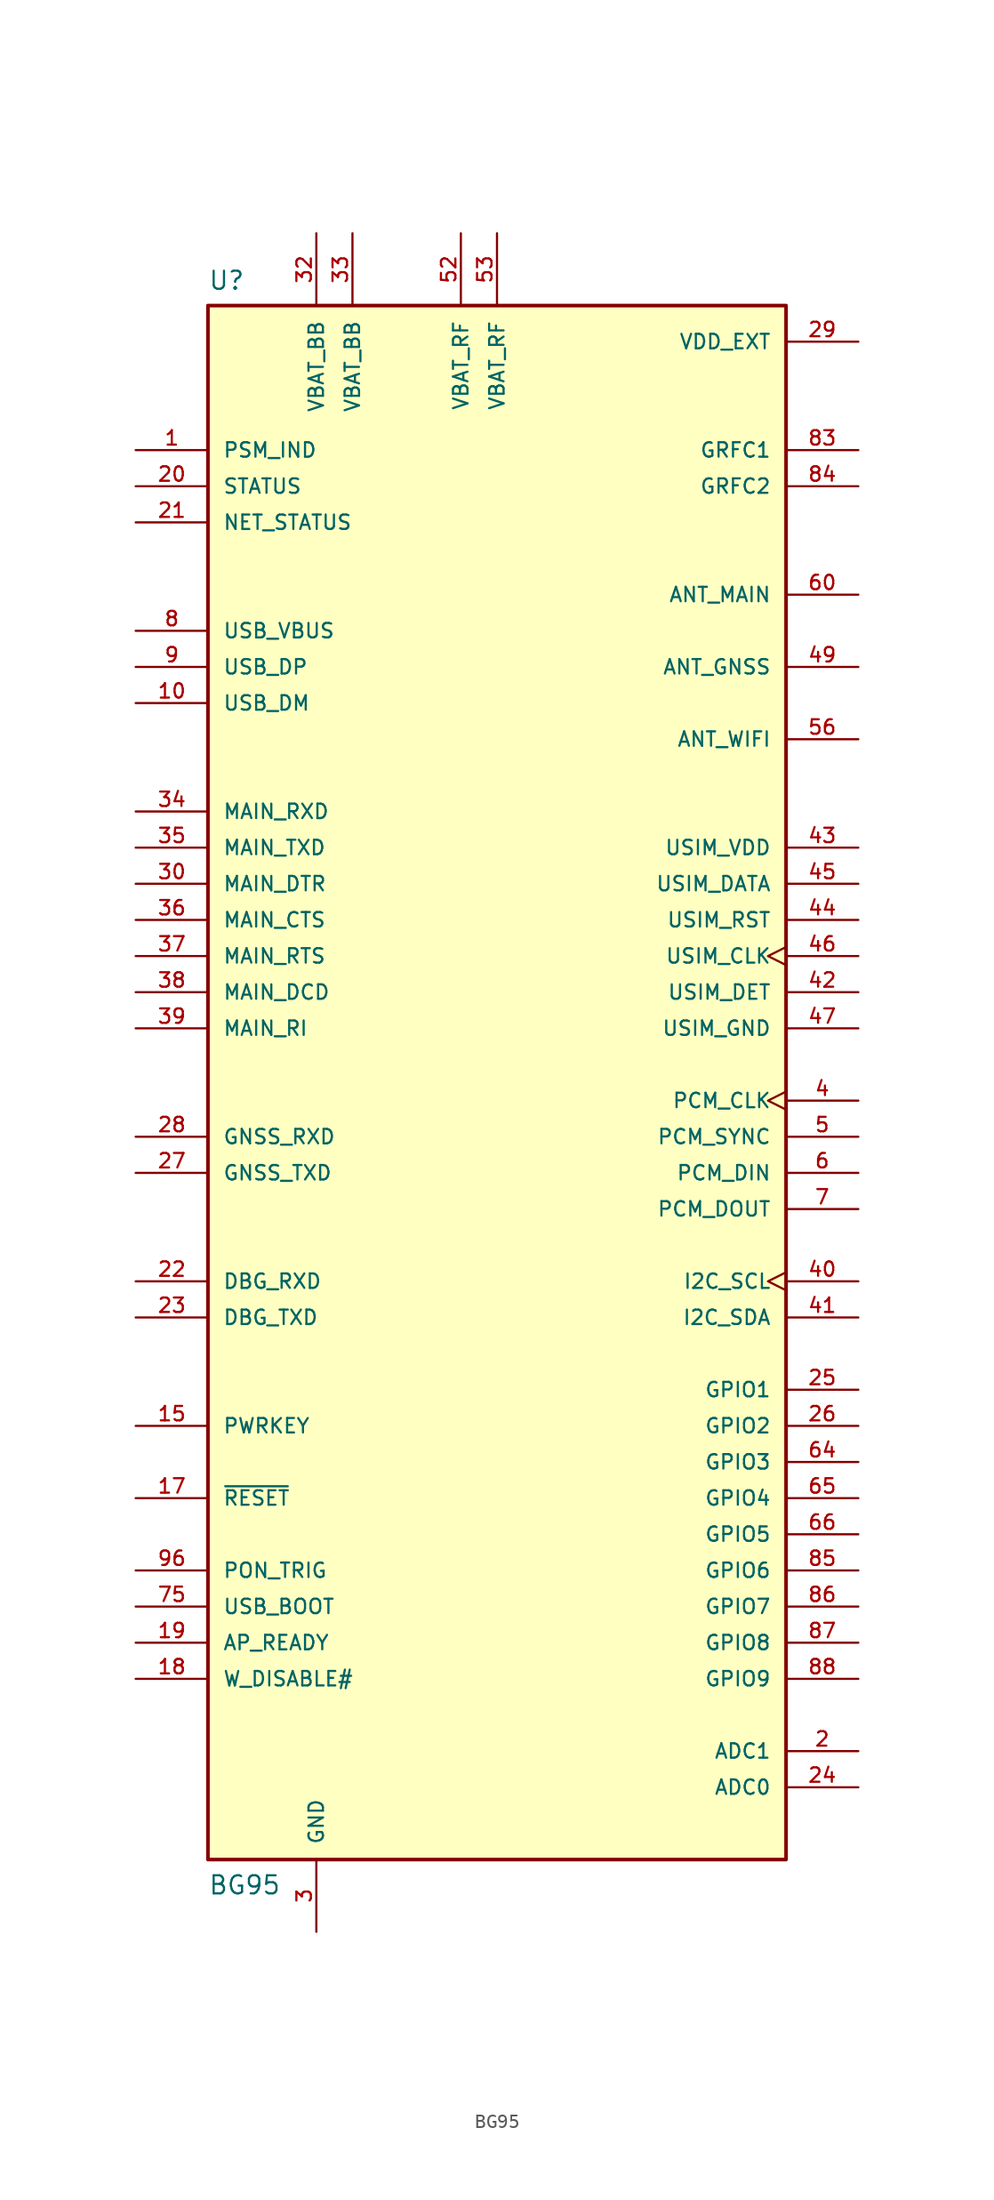
<source format=kicad_sym>
(kicad_symbol_lib
  (version 20220914)
  (generator kicad_symbol_editor)
  (symbol "BG95"
    (pin_names
      (offset 1.016))
    (property "Reference" "U"
      (at -20.32 54.356 0)
      (effects (font (size 1.27 1.27)) (justify left bottom)))
    (property "Value" "BG95"
      (at -20.32 -58.42 0)
      (effects (font (size 1.27 1.27)) (justify left bottom)))
    (symbol "BG95_0_0"
      (rectangle (start -20.32 -55.88) (end 20.32 53.34) (stroke (width 0.254) (type default)) (fill (type background)))
      (pin output line (at -25.4 43.18 0) (length 5.08) (name "PSM_IND" (effects (font (size 1.016 1.016)))) (number "1" (effects (font (size 1.016 1.016)))))
      (pin bidirectional line (at -25.4 25.4 0) (length 5.08) (name "USB_DM" (effects (font (size 1.016 1.016)))) (number "10" (effects (font (size 1.016 1.016)))))
      (pin power_in line (at -12.7 -60.96 90) (length 5.08) hide (name "GND" (effects (font (size 1.016 1.016)))) (number "100" (effects (font (size 1.016 1.016)))))
      (pin power_in line (at -12.7 -60.96 90) (length 5.08) hide (name "GND" (effects (font (size 1.016 1.016)))) (number "101" (effects (font (size 1.016 1.016)))))
      (pin power_in line (at -12.7 -60.96 90) (length 5.08) hide (name "GND" (effects (font (size 1.016 1.016)))) (number "102" (effects (font (size 1.016 1.016)))))
      (pin no_connect line (at -7.62 -54.61 270) (length 5.08) hide (name "RESERVED" (effects (font (size 1.016 1.016)))) (number "11" (effects (font (size 1.016 1.016)))))
      (pin no_connect line (at 13.97 -54.61 270) (length 5.08) hide (name "RESERVED" (effects (font (size 1.016 1.016)))) (number "12" (effects (font (size 1.016 1.016)))))
      (pin no_connect line (at 12.7 -54.61 270) (length 5.08) hide (name "RESERVED" (effects (font (size 1.016 1.016)))) (number "13" (effects (font (size 1.016 1.016)))))
      (pin no_connect line (at 11.43 -54.61 270) (length 5.08) hide (name "RESERVED" (effects (font (size 1.016 1.016)))) (number "14" (effects (font (size 1.016 1.016)))))
      (pin input line (at -25.4 -25.4 0) (length 5.08) (name "PWRKEY" (effects (font (size 1.016 1.016)))) (number "15" (effects (font (size 1.016 1.016)))))
      (pin no_connect line (at 10.16 -54.61 270) (length 5.08) hide (name "RESERVED" (effects (font (size 1.016 1.016)))) (number "16" (effects (font (size 1.016 1.016)))))
      (pin input line (at -25.4 -30.48 0) (length 5.08) (name "~{RESET}" (effects (font (size 1.016 1.016)))) (number "17" (effects (font (size 1.016 1.016)))))
      (pin input line (at -25.4 -43.18 0) (length 5.08) (name "W_DISABLE#" (effects (font (size 1.016 1.016)))) (number "18" (effects (font (size 1.016 1.016)))))
      (pin input line (at -25.4 -40.64 0) (length 5.08) (name "AP_READY" (effects (font (size 1.016 1.016)))) (number "19" (effects (font (size 1.016 1.016)))))
      (pin passive line (at 25.4 -48.26 180) (length 5.08) (name "ADC1" (effects (font (size 1.016 1.016)))) (number "2" (effects (font (size 1.016 1.016)))))
      (pin output line (at -25.4 40.64 0) (length 5.08) (name "STATUS" (effects (font (size 1.016 1.016)))) (number "20" (effects (font (size 1.016 1.016)))))
      (pin output line (at -25.4 38.1 0) (length 5.08) (name "NET_STATUS" (effects (font (size 1.016 1.016)))) (number "21" (effects (font (size 1.016 1.016)))))
      (pin input line (at -25.4 -15.24 0) (length 5.08) (name "DBG_RXD" (effects (font (size 1.016 1.016)))) (number "22" (effects (font (size 1.016 1.016)))))
      (pin output line (at -25.4 -17.78 0) (length 5.08) (name "DBG_TXD" (effects (font (size 1.016 1.016)))) (number "23" (effects (font (size 1.016 1.016)))))
      (pin passive line (at 25.4 -50.8 180) (length 5.08) (name "ADC0" (effects (font (size 1.016 1.016)))) (number "24" (effects (font (size 1.016 1.016)))))
      (pin bidirectional line (at 25.4 -22.86 180) (length 5.08) (name "GPIO1" (effects (font (size 1.016 1.016)))) (number "25" (effects (font (size 1.016 1.016)))))
      (pin bidirectional line (at 25.4 -25.4 180) (length 5.08) (name "GPIO2" (effects (font (size 1.016 1.016)))) (number "26" (effects (font (size 1.016 1.016)))))
      (pin output line (at -25.4 -7.62 0) (length 5.08) (name "GNSS_TXD" (effects (font (size 1.016 1.016)))) (number "27" (effects (font (size 1.016 1.016)))))
      (pin input line (at -25.4 -5.08 0) (length 5.08) (name "GNSS_RXD" (effects (font (size 1.016 1.016)))) (number "28" (effects (font (size 1.016 1.016)))))
      (pin power_out line (at 25.4 50.8 180) (length 5.08) (name "VDD_EXT" (effects (font (size 1.016 1.016)))) (number "29" (effects (font (size 1.016 1.016)))))
      (pin power_in line (at -12.7 -60.96 90) (length 5.08) (name "GND" (effects (font (size 1.016 1.016)))) (number "3" (effects (font (size 1.016 1.016)))))
      (pin input line (at -25.4 12.7 0) (length 5.08) (name "MAIN_DTR" (effects (font (size 1.016 1.016)))) (number "30" (effects (font (size 1.016 1.016)))))
      (pin power_in line (at -12.7 -60.96 90) (length 5.08) hide (name "GND" (effects (font (size 1.016 1.016)))) (number "31" (effects (font (size 1.016 1.016)))))
      (pin power_in line (at -12.7 58.42 270) (length 5.08) (name "VBAT_BB" (effects (font (size 1.016 1.016)))) (number "32" (effects (font (size 1.016 1.016)))))
      (pin power_in line (at -10.16 58.42 270) (length 5.08) (name "VBAT_BB" (effects (font (size 1.016 1.016)))) (number "33" (effects (font (size 1.016 1.016)))))
      (pin input line (at -25.4 17.78 0) (length 5.08) (name "MAIN_RXD" (effects (font (size 1.016 1.016)))) (number "34" (effects (font (size 1.016 1.016)))))
      (pin output line (at -25.4 15.24 0) (length 5.08) (name "MAIN_TXD" (effects (font (size 1.016 1.016)))) (number "35" (effects (font (size 1.016 1.016)))))
      (pin output line (at -25.4 10.16 0) (length 5.08) (name "MAIN_CTS" (effects (font (size 1.016 1.016)))) (number "36" (effects (font (size 1.016 1.016)))))
      (pin input line (at -25.4 7.62 0) (length 5.08) (name "MAIN_RTS" (effects (font (size 1.016 1.016)))) (number "37" (effects (font (size 1.016 1.016)))))
      (pin output line (at -25.4 5.08 0) (length 5.08) (name "MAIN_DCD" (effects (font (size 1.016 1.016)))) (number "38" (effects (font (size 1.016 1.016)))))
      (pin output line (at -25.4 2.54 0) (length 5.08) (name "MAIN_RI" (effects (font (size 1.016 1.016)))) (number "39" (effects (font (size 1.016 1.016)))))
      (pin output clock (at 25.4 -2.54 180) (length 5.08) (name "PCM_CLK" (effects (font (size 1.016 1.016)))) (number "4" (effects (font (size 1.016 1.016)))))
      (pin output clock (at 25.4 -15.24 180) (length 5.08) (name "I2C_SCL" (effects (font (size 1.016 1.016)))) (number "40" (effects (font (size 1.016 1.016)))))
      (pin bidirectional line (at 25.4 -17.78 180) (length 5.08) (name "I2C_SDA" (effects (font (size 1.016 1.016)))) (number "41" (effects (font (size 1.016 1.016)))))
      (pin input line (at 25.4 5.08 180) (length 5.08) (name "USIM_DET" (effects (font (size 1.016 1.016)))) (number "42" (effects (font (size 1.016 1.016)))))
      (pin power_out line (at 25.4 15.24 180) (length 5.08) (name "USIM_VDD" (effects (font (size 1.016 1.016)))) (number "43" (effects (font (size 1.016 1.016)))))
      (pin output line (at 25.4 10.16 180) (length 5.08) (name "USIM_RST" (effects (font (size 1.016 1.016)))) (number "44" (effects (font (size 1.016 1.016)))))
      (pin bidirectional line (at 25.4 12.7 180) (length 5.08) (name "USIM_DATA" (effects (font (size 1.016 1.016)))) (number "45" (effects (font (size 1.016 1.016)))))
      (pin output clock (at 25.4 7.62 180) (length 5.08) (name "USIM_CLK" (effects (font (size 1.016 1.016)))) (number "46" (effects (font (size 1.016 1.016)))))
      (pin power_in line (at 25.4 2.54 180) (length 5.08) (name "USIM_GND" (effects (font (size 1.016 1.016)))) (number "47" (effects (font (size 1.016 1.016)))))
      (pin power_in line (at -12.7 -60.96 90) (length 5.08) hide (name "GND" (effects (font (size 1.016 1.016)))) (number "48" (effects (font (size 1.016 1.016)))))
      (pin passive line (at 25.4 27.94 180) (length 5.08) (name "ANT_GNSS" (effects (font (size 1.016 1.016)))) (number "49" (effects (font (size 1.016 1.016)))))
      (pin output line (at 25.4 -5.08 180) (length 5.08) (name "PCM_SYNC" (effects (font (size 1.016 1.016)))) (number "5" (effects (font (size 1.016 1.016)))))
      (pin power_in line (at -12.7 -60.96 90) (length 5.08) hide (name "GND" (effects (font (size 1.016 1.016)))) (number "50" (effects (font (size 1.016 1.016)))))
      (pin no_connect line (at 8.89 -54.61 270) (length 5.08) hide (name "RESERVED" (effects (font (size 1.016 1.016)))) (number "51" (effects (font (size 1.016 1.016)))))
      (pin power_in line (at -2.54 58.42 270) (length 5.08) (name "VBAT_RF" (effects (font (size 1.016 1.016)))) (number "52" (effects (font (size 1.016 1.016)))))
      (pin power_in line (at 0 58.42 270) (length 5.08) (name "VBAT_RF" (effects (font (size 1.016 1.016)))) (number "53" (effects (font (size 1.016 1.016)))))
      (pin power_in line (at -12.7 -60.96 90) (length 5.08) hide (name "GND" (effects (font (size 1.016 1.016)))) (number "54" (effects (font (size 1.016 1.016)))))
      (pin power_in line (at -12.7 -60.96 90) (length 5.08) hide (name "GND" (effects (font (size 1.016 1.016)))) (number "55" (effects (font (size 1.016 1.016)))))
      (pin passive line (at 25.4 22.86 180) (length 5.08) (name "ANT_WIFI" (effects (font (size 1.016 1.016)))) (number "56" (effects (font (size 1.016 1.016)))))
      (pin no_connect line (at 7.62 -54.61 270) (length 5.08) hide (name "RESERVED" (effects (font (size 1.016 1.016)))) (number "57" (effects (font (size 1.016 1.016)))))
      (pin power_in line (at -12.7 -60.96 90) (length 5.08) hide (name "GND" (effects (font (size 1.016 1.016)))) (number "58" (effects (font (size 1.016 1.016)))))
      (pin power_in line (at -12.7 -60.96 90) (length 5.08) hide (name "GND" (effects (font (size 1.016 1.016)))) (number "59" (effects (font (size 1.016 1.016)))))
      (pin input line (at 25.4 -7.62 180) (length 5.08) (name "PCM_DIN" (effects (font (size 1.016 1.016)))) (number "6" (effects (font (size 1.016 1.016)))))
      (pin passive line (at 25.4 33.02 180) (length 5.08) (name "ANT_MAIN" (effects (font (size 1.016 1.016)))) (number "60" (effects (font (size 1.016 1.016)))))
      (pin power_in line (at -12.7 -60.96 90) (length 5.08) hide (name "GND" (effects (font (size 1.016 1.016)))) (number "61" (effects (font (size 1.016 1.016)))))
      (pin power_in line (at -12.7 -60.96 90) (length 5.08) hide (name "GND" (effects (font (size 1.016 1.016)))) (number "62" (effects (font (size 1.016 1.016)))))
      (pin no_connect line (at 6.35 -54.61 270) (length 5.08) hide (name "RESERVED" (effects (font (size 1.016 1.016)))) (number "63" (effects (font (size 1.016 1.016)))))
      (pin bidirectional line (at 25.4 -27.94 180) (length 5.08) (name "GPIO3" (effects (font (size 1.016 1.016)))) (number "64" (effects (font (size 1.016 1.016)))))
      (pin bidirectional line (at 25.4 -30.48 180) (length 5.08) (name "GPIO4" (effects (font (size 1.016 1.016)))) (number "65" (effects (font (size 1.016 1.016)))))
      (pin bidirectional line (at 25.4 -33.02 180) (length 5.08) (name "GPIO5" (effects (font (size 1.016 1.016)))) (number "66" (effects (font (size 1.016 1.016)))))
      (pin power_in line (at -12.7 -60.96 90) (length 5.08) hide (name "GND" (effects (font (size 1.016 1.016)))) (number "67" (effects (font (size 1.016 1.016)))))
      (pin power_in line (at -12.7 -60.96 90) (length 5.08) hide (name "GND" (effects (font (size 1.016 1.016)))) (number "68" (effects (font (size 1.016 1.016)))))
      (pin power_in line (at -12.7 -60.96 90) (length 5.08) hide (name "GND" (effects (font (size 1.016 1.016)))) (number "69" (effects (font (size 1.016 1.016)))))
      (pin output line (at 25.4 -10.16 180) (length 5.08) (name "PCM_DOUT" (effects (font (size 1.016 1.016)))) (number "7" (effects (font (size 1.016 1.016)))))
      (pin power_in line (at -12.7 -60.96 90) (length 5.08) hide (name "GND" (effects (font (size 1.016 1.016)))) (number "70" (effects (font (size 1.016 1.016)))))
      (pin power_in line (at -12.7 -60.96 90) (length 5.08) hide (name "GND" (effects (font (size 1.016 1.016)))) (number "71" (effects (font (size 1.016 1.016)))))
      (pin power_in line (at -12.7 -60.96 90) (length 5.08) hide (name "GND" (effects (font (size 1.016 1.016)))) (number "72" (effects (font (size 1.016 1.016)))))
      (pin power_in line (at -12.7 -60.96 90) (length 5.08) hide (name "GND" (effects (font (size 1.016 1.016)))) (number "73" (effects (font (size 1.016 1.016)))))
      (pin power_in line (at -12.7 -60.96 90) (length 5.08) hide (name "GND" (effects (font (size 1.016 1.016)))) (number "74" (effects (font (size 1.016 1.016)))))
      (pin input line (at -25.4 -38.1 0) (length 5.08) (name "USB_BOOT" (effects (font (size 1.016 1.016)))) (number "75" (effects (font (size 1.016 1.016)))))
      (pin no_connect line (at 5.08 -54.61 270) (length 5.08) hide (name "RESERVED" (effects (font (size 1.016 1.016)))) (number "76" (effects (font (size 1.016 1.016)))))
      (pin no_connect line (at 3.81 -54.61 270) (length 5.08) hide (name "RESERVED" (effects (font (size 1.016 1.016)))) (number "77" (effects (font (size 1.016 1.016)))))
      (pin no_connect line (at 2.54 -54.61 270) (length 5.08) hide (name "RESERVED" (effects (font (size 1.016 1.016)))) (number "78" (effects (font (size 1.016 1.016)))))
      (pin power_in line (at -12.7 -60.96 90) (length 5.08) hide (name "GND" (effects (font (size 1.016 1.016)))) (number "79" (effects (font (size 1.016 1.016)))))
      (pin input line (at -25.4 30.48 0) (length 5.08) (name "USB_VBUS" (effects (font (size 1.016 1.016)))) (number "8" (effects (font (size 1.016 1.016)))))
      (pin power_in line (at -12.7 -60.96 90) (length 5.08) hide (name "GND" (effects (font (size 1.016 1.016)))) (number "80" (effects (font (size 1.016 1.016)))))
      (pin power_in line (at -12.7 -60.96 90) (length 5.08) hide (name "GND" (effects (font (size 1.016 1.016)))) (number "81" (effects (font (size 1.016 1.016)))))
      (pin power_in line (at -12.7 -60.96 90) (length 5.08) hide (name "GND" (effects (font (size 1.016 1.016)))) (number "82" (effects (font (size 1.016 1.016)))))
      (pin output line (at 25.4 43.18 180) (length 5.08) (name "GRFC1" (effects (font (size 1.016 1.016)))) (number "83" (effects (font (size 1.016 1.016)))))
      (pin output line (at 25.4 40.64 180) (length 5.08) (name "GRFC2" (effects (font (size 1.016 1.016)))) (number "84" (effects (font (size 1.016 1.016)))))
      (pin bidirectional line (at 25.4 -35.56 180) (length 5.08) (name "GPIO6" (effects (font (size 1.016 1.016)))) (number "85" (effects (font (size 1.016 1.016)))))
      (pin bidirectional line (at 25.4 -38.1 180) (length 5.08) (name "GPIO7" (effects (font (size 1.016 1.016)))) (number "86" (effects (font (size 1.016 1.016)))))
      (pin bidirectional line (at 25.4 -40.64 180) (length 5.08) (name "GPIO8" (effects (font (size 1.016 1.016)))) (number "87" (effects (font (size 1.016 1.016)))))
      (pin bidirectional line (at 25.4 -43.18 180) (length 5.08) (name "GPIO9" (effects (font (size 1.016 1.016)))) (number "88" (effects (font (size 1.016 1.016)))))
      (pin power_in line (at -12.7 -60.96 90) (length 5.08) hide (name "GND" (effects (font (size 1.016 1.016)))) (number "89" (effects (font (size 1.016 1.016)))))
      (pin bidirectional line (at -25.4 27.94 0) (length 5.08) (name "USB_DP" (effects (font (size 1.016 1.016)))) (number "9" (effects (font (size 1.016 1.016)))))
      (pin power_in line (at -12.7 -60.96 90) (length 5.08) hide (name "GND" (effects (font (size 1.016 1.016)))) (number "90" (effects (font (size 1.016 1.016)))))
      (pin power_in line (at -12.7 -60.96 90) (length 5.08) hide (name "GND" (effects (font (size 1.016 1.016)))) (number "91" (effects (font (size 1.016 1.016)))))
      (pin no_connect line (at 1.27 -54.61 270) (length 5.08) hide (name "RESERVED" (effects (font (size 1.016 1.016)))) (number "92" (effects (font (size 1.016 1.016)))))
      (pin no_connect line (at 0 -54.61 270) (length 5.08) hide (name "RESERVED" (effects (font (size 1.016 1.016)))) (number "93" (effects (font (size 1.016 1.016)))))
      (pin no_connect line (at -1.27 -54.61 270) (length 5.08) hide (name "RESERVED" (effects (font (size 1.016 1.016)))) (number "94" (effects (font (size 1.016 1.016)))))
      (pin no_connect line (at -2.54 -54.61 270) (length 5.08) hide (name "RESERVED" (effects (font (size 1.016 1.016)))) (number "95" (effects (font (size 1.016 1.016)))))
      (pin input line (at -25.4 -35.56 0) (length 5.08) (name "PON_TRIG" (effects (font (size 1.016 1.016)))) (number "96" (effects (font (size 1.016 1.016)))))
      (pin no_connect line (at -5.08 -54.61 270) (length 5.08) hide (name "RESERVED" (effects (font (size 1.016 1.016)))) (number "97" (effects (font (size 1.016 1.016)))))
      (pin no_connect line (at -6.35 -54.61 270) (length 5.08) hide (name "RESERVED" (effects (font (size 1.016 1.016)))) (number "98" (effects (font (size 1.016 1.016)))))
      (pin no_connect line (at -3.81 -54.61 270) (length 5.08) hide (name "RESERVED" (effects (font (size 1.016 1.016)))) (number "99" (effects (font (size 1.016 1.016))))))))
</source>
